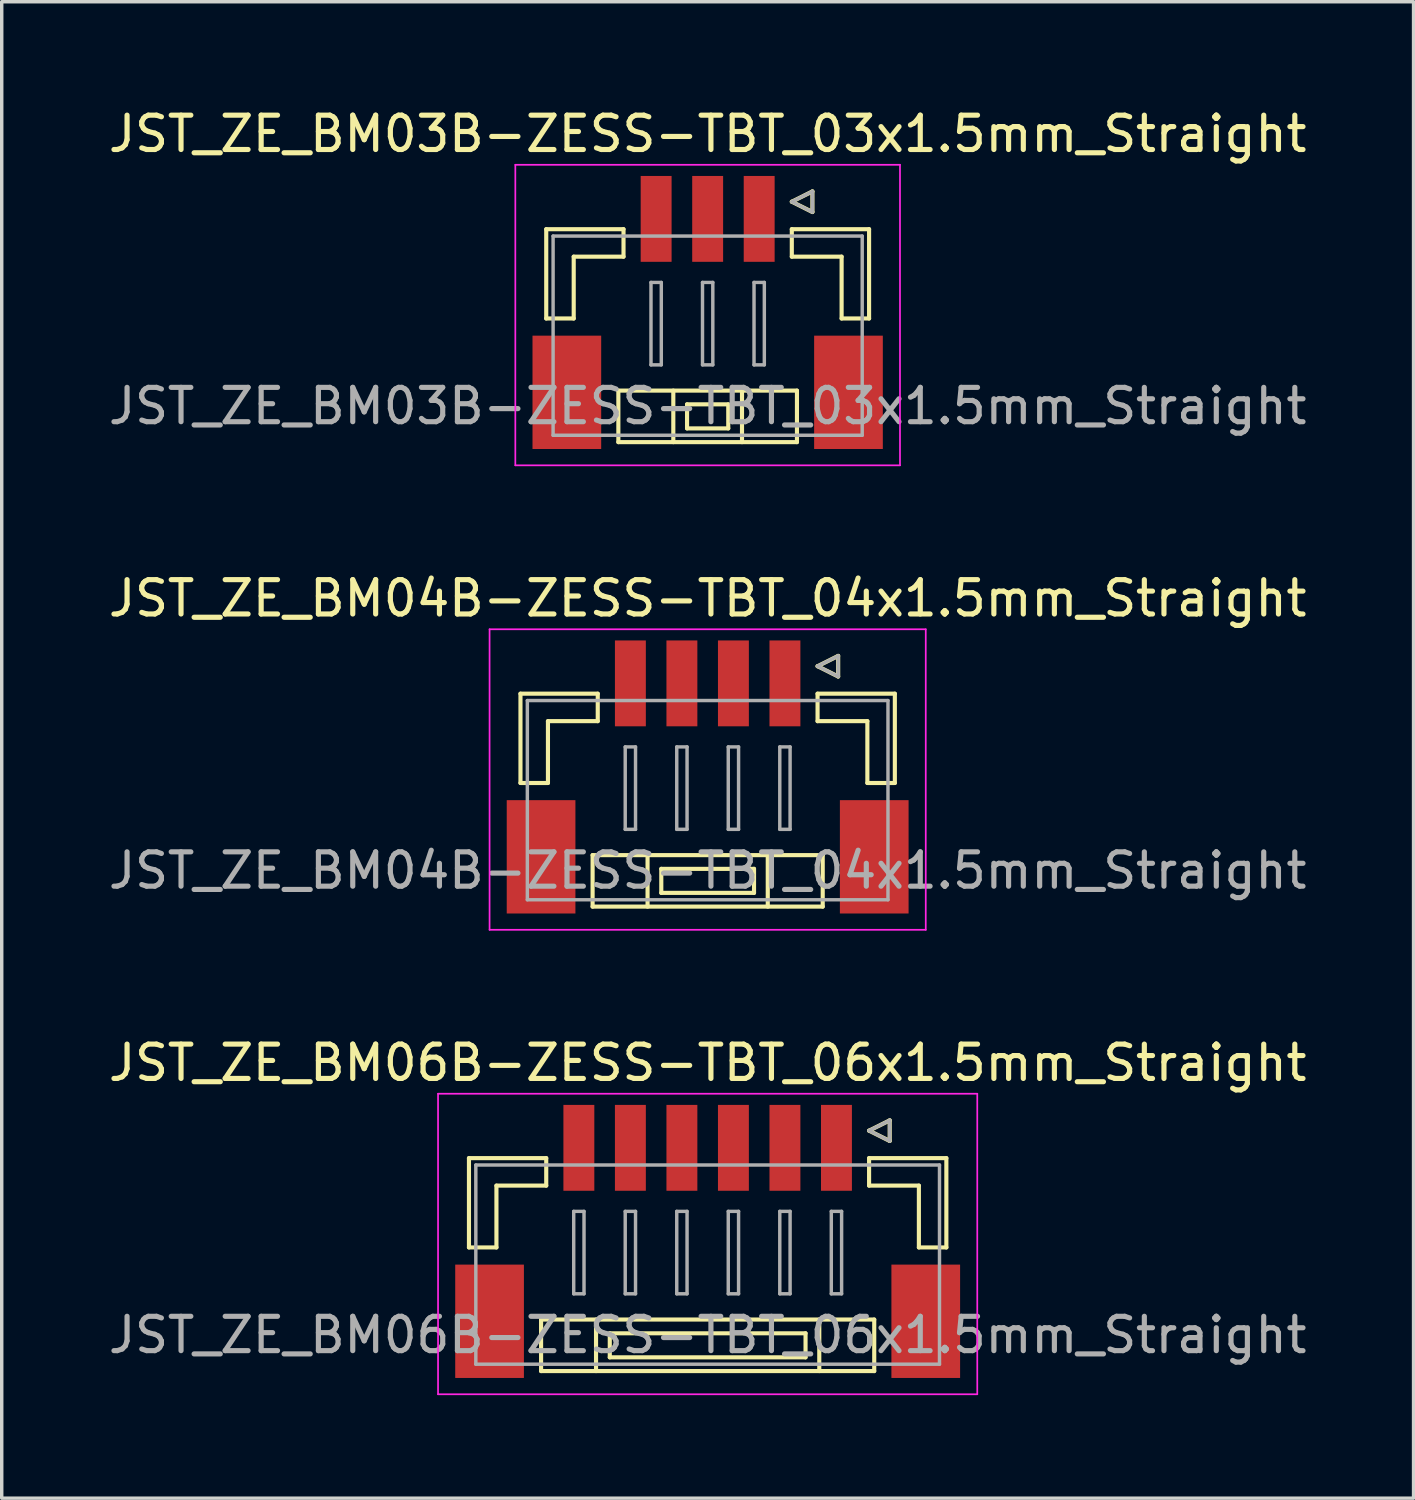
<source format=kicad_pcb>
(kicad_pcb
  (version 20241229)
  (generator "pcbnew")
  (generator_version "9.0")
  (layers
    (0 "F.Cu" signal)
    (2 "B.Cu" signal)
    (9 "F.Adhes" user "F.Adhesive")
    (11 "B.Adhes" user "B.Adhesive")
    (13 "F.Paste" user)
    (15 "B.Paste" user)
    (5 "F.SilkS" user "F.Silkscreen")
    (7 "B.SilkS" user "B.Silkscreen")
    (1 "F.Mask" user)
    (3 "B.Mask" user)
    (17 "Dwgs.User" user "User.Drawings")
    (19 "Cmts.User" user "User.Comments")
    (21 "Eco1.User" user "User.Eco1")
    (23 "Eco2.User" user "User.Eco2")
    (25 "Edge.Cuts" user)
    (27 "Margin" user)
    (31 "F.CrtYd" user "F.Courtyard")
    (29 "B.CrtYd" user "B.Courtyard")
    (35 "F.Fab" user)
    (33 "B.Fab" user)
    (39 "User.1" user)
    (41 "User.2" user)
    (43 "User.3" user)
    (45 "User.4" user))
  (footprint "JST_ZE_BM03B-ZESS-TBT_03x1.5mm_Straight"
    (layer "F.Cu")
    (at 17.554 5.848)
    (property "Reference" "JST_ZE_BM03B-ZESS-TBT_03x1.5mm_Straight" (at 0 -5 0) (layer "F.SilkS") (effects (font (size 1 1) (thickness 0.15))))
    (attr smd)
    (fp_line (start -4.7 -2.225) (end -4.7 0.375) (stroke (width 0.12) (type solid)) (layer "F.SilkS"))
    (fp_line (start -4.7 0.375) (end -3.9 0.375) (stroke (width 0.12) (type solid)) (layer "F.SilkS"))
    (fp_line (start -3.9 -1.425) (end -2.45 -1.425) (stroke (width 0.12) (type solid)) (layer "F.SilkS"))
    (fp_line (start -3.9 0.375) (end -3.9 -1.425) (stroke (width 0.12) (type solid)) (layer "F.SilkS"))
    (fp_line (start -2.6 2.475) (end -2.6 3.975) (stroke (width 0.12) (type solid)) (layer "F.SilkS"))
    (fp_line (start -2.6 3.975) (end 2.6 3.975) (stroke (width 0.12) (type solid)) (layer "F.SilkS"))
    (fp_line (start -2.45 -2.225) (end -4.7 -2.225) (stroke (width 0.12) (type solid)) (layer "F.SilkS"))
    (fp_line (start -2.45 -1.425) (end -2.45 -2.225) (stroke (width 0.12) (type solid)) (layer "F.SilkS"))
    (fp_line (start -1 2.475) (end -1 3.975) (stroke (width 0.12) (type solid)) (layer "F.SilkS"))
    (fp_line (start -0.6 2.875) (end -0.6 3.575) (stroke (width 0.12) (type solid)) (layer "F.SilkS"))
    (fp_line (start -0.6 3.575) (end 0.6 3.575) (stroke (width 0.12) (type solid)) (layer "F.SilkS"))
    (fp_line (start 0.6 2.875) (end -0.6 2.875) (stroke (width 0.12) (type solid)) (layer "F.SilkS"))
    (fp_line (start 0.6 3.575) (end 0.6 2.875) (stroke (width 0.12) (type solid)) (layer "F.SilkS"))
    (fp_line (start 1 2.475) (end 1 3.975) (stroke (width 0.12) (type solid)) (layer "F.SilkS"))
    (fp_line (start 2.45 -3.025) (end 3.05 -3.325) (stroke (width 0.12) (type solid)) (layer "F.SilkS"))
    (fp_line (start 2.45 -2.225) (end 4.7 -2.225) (stroke (width 0.12) (type solid)) (layer "F.SilkS"))
    (fp_line (start 2.45 -1.425) (end 2.45 -2.225) (stroke (width 0.12) (type solid)) (layer "F.SilkS"))
    (fp_line (start 2.6 2.475) (end -2.6 2.475) (stroke (width 0.12) (type solid)) (layer "F.SilkS"))
    (fp_line (start 2.6 3.975) (end 2.6 2.475) (stroke (width 0.12) (type solid)) (layer "F.SilkS"))
    (fp_line (start 3.05 -3.325) (end 3.05 -2.725) (stroke (width 0.12) (type solid)) (layer "F.SilkS"))
    (fp_line (start 3.05 -2.725) (end 2.45 -3.025) (stroke (width 0.12) (type solid)) (layer "F.SilkS"))
    (fp_line (start 3.9 -1.425) (end 2.45 -1.425) (stroke (width 0.12) (type solid)) (layer "F.SilkS"))
    (fp_line (start 3.9 0.375) (end 3.9 -1.425) (stroke (width 0.12) (type solid)) (layer "F.SilkS"))
    (fp_line (start 4.7 -2.225) (end 4.7 0.375) (stroke (width 0.12) (type solid)) (layer "F.SilkS"))
    (fp_line (start 4.7 0.375) (end 3.9 0.375) (stroke (width 0.12) (type solid)) (layer "F.SilkS"))
    (fp_line (start -5.6 -4.1) (end -5.6 4.65) (stroke (width 0.05) (type solid)) (layer "F.CrtYd"))
    (fp_line (start -5.6 4.65) (end 5.6 4.65) (stroke (width 0.05) (type solid)) (layer "F.CrtYd"))
    (fp_line (start 5.6 -4.1) (end -5.6 -4.1) (stroke (width 0.05) (type solid)) (layer "F.CrtYd"))
    (fp_line (start 5.6 4.65) (end 5.6 -4.1) (stroke (width 0.05) (type solid)) (layer "F.CrtYd"))
    (fp_line (start -4.5 -2.025) (end -4.5 3.775) (stroke (width 0.1) (type solid)) (layer "F.Fab"))
    (fp_line (start -4.5 3.775) (end 4.5 3.775) (stroke (width 0.1) (type solid)) (layer "F.Fab"))
    (fp_line (start -1.65 -0.675) (end -1.65 1.725) (stroke (width 0.1) (type solid)) (layer "F.Fab"))
    (fp_line (start -1.65 1.725) (end -1.35 1.725) (stroke (width 0.1) (type solid)) (layer "F.Fab"))
    (fp_line (start -1.35 -0.675) (end -1.65 -0.675) (stroke (width 0.1) (type solid)) (layer "F.Fab"))
    (fp_line (start -1.35 1.725) (end -1.35 -0.675) (stroke (width 0.1) (type solid)) (layer "F.Fab"))
    (fp_line (start -0.15 -0.675) (end -0.15 1.725) (stroke (width 0.1) (type solid)) (layer "F.Fab"))
    (fp_line (start -0.15 1.725) (end 0.15 1.725) (stroke (width 0.1) (type solid)) (layer "F.Fab"))
    (fp_line (start 0.15 -0.675) (end -0.15 -0.675) (stroke (width 0.1) (type solid)) (layer "F.Fab"))
    (fp_line (start 0.15 1.725) (end 0.15 -0.675) (stroke (width 0.1) (type solid)) (layer "F.Fab"))
    (fp_line (start 1.35 -0.675) (end 1.35 1.725) (stroke (width 0.1) (type solid)) (layer "F.Fab"))
    (fp_line (start 1.35 1.725) (end 1.65 1.725) (stroke (width 0.1) (type solid)) (layer "F.Fab"))
    (fp_line (start 1.65 -0.675) (end 1.35 -0.675) (stroke (width 0.1) (type solid)) (layer "F.Fab"))
    (fp_line (start 1.65 1.725) (end 1.65 -0.675) (stroke (width 0.1) (type solid)) (layer "F.Fab"))
    (fp_line (start 2.45 -3.025) (end 3.05 -3.325) (stroke (width 0.1) (type solid)) (layer "F.Fab"))
    (fp_line (start 3.05 -3.325) (end 3.05 -2.725) (stroke (width 0.1) (type solid)) (layer "F.Fab"))
    (fp_line (start 3.05 -2.725) (end 2.45 -3.025) (stroke (width 0.1) (type solid)) (layer "F.Fab"))
    (fp_line (start 4.5 -2.025) (end -4.5 -2.025) (stroke (width 0.1) (type solid)) (layer "F.Fab"))
    (fp_line (start 4.5 3.775) (end 4.5 -2.025) (stroke (width 0.1) (type solid)) (layer "F.Fab"))
    (fp_text user "${REFERENCE}" (at 0 2.925 0) (layer "F.Fab") (effects (font (size 1 1) (thickness 0.15))))
    (pad "" smd rect (at -4.1 2.525) (size 2 3.3) (layers "F.Cu" "F.Mask" "F.Paste"))
    (pad "" smd rect (at 4.1 2.525) (size 2 3.3) (layers "F.Cu" "F.Mask" "F.Paste"))
    (pad "1" smd rect (at 1.5 -2.525) (size 0.9 2.5) (layers "F.Cu" "F.Mask" "F.Paste"))
    (pad "2" smd rect (at 0 -2.525) (size 0.9 2.5) (layers "F.Cu" "F.Mask" "F.Paste"))
    (pad "3" smd rect (at -1.5 -2.525) (size 0.9 2.5) (layers "F.Cu" "F.Mask" "F.Paste")))
  (footprint "JST_ZE_BM06B-ZESS-TBT_06x1.5mm_Straight"
    (layer "F.Cu")
    (at 17.554 32.895)
    (property "Reference" "JST_ZE_BM06B-ZESS-TBT_06x1.5mm_Straight" (at 0 -5 0) (layer "F.SilkS") (effects (font (size 1 1) (thickness 0.15))))
    (attr smd)
    (fp_line (start -6.95 -2.225) (end -6.95 0.375) (stroke (width 0.12) (type solid)) (layer "F.SilkS"))
    (fp_line (start -6.95 0.375) (end -6.15 0.375) (stroke (width 0.12) (type solid)) (layer "F.SilkS"))
    (fp_line (start -6.15 -1.425) (end -4.7 -1.425) (stroke (width 0.12) (type solid)) (layer "F.SilkS"))
    (fp_line (start -6.15 0.375) (end -6.15 -1.425) (stroke (width 0.12) (type solid)) (layer "F.SilkS"))
    (fp_line (start -4.85 2.475) (end -4.85 3.975) (stroke (width 0.12) (type solid)) (layer "F.SilkS"))
    (fp_line (start -4.85 3.975) (end 4.85 3.975) (stroke (width 0.12) (type solid)) (layer "F.SilkS"))
    (fp_line (start -4.7 -2.225) (end -6.95 -2.225) (stroke (width 0.12) (type solid)) (layer "F.SilkS"))
    (fp_line (start -4.7 -1.425) (end -4.7 -2.225) (stroke (width 0.12) (type solid)) (layer "F.SilkS"))
    (fp_line (start -3.25 2.475) (end -3.25 3.975) (stroke (width 0.12) (type solid)) (layer "F.SilkS"))
    (fp_line (start -2.85 2.875) (end -2.85 3.575) (stroke (width 0.12) (type solid)) (layer "F.SilkS"))
    (fp_line (start -2.85 3.575) (end 2.85 3.575) (stroke (width 0.12) (type solid)) (layer "F.SilkS"))
    (fp_line (start 2.85 2.875) (end -2.85 2.875) (stroke (width 0.12) (type solid)) (layer "F.SilkS"))
    (fp_line (start 2.85 3.575) (end 2.85 2.875) (stroke (width 0.12) (type solid)) (layer "F.SilkS"))
    (fp_line (start 3.25 2.475) (end 3.25 3.975) (stroke (width 0.12) (type solid)) (layer "F.SilkS"))
    (fp_line (start 4.7 -3.025) (end 5.3 -3.325) (stroke (width 0.12) (type solid)) (layer "F.SilkS"))
    (fp_line (start 4.7 -2.225) (end 6.95 -2.225) (stroke (width 0.12) (type solid)) (layer "F.SilkS"))
    (fp_line (start 4.7 -1.425) (end 4.7 -2.225) (stroke (width 0.12) (type solid)) (layer "F.SilkS"))
    (fp_line (start 4.85 2.475) (end -4.85 2.475) (stroke (width 0.12) (type solid)) (layer "F.SilkS"))
    (fp_line (start 4.85 3.975) (end 4.85 2.475) (stroke (width 0.12) (type solid)) (layer "F.SilkS"))
    (fp_line (start 5.3 -3.325) (end 5.3 -2.725) (stroke (width 0.12) (type solid)) (layer "F.SilkS"))
    (fp_line (start 5.3 -2.725) (end 4.7 -3.025) (stroke (width 0.12) (type solid)) (layer "F.SilkS"))
    (fp_line (start 6.15 -1.425) (end 4.7 -1.425) (stroke (width 0.12) (type solid)) (layer "F.SilkS"))
    (fp_line (start 6.15 0.375) (end 6.15 -1.425) (stroke (width 0.12) (type solid)) (layer "F.SilkS"))
    (fp_line (start 6.95 -2.225) (end 6.95 0.375) (stroke (width 0.12) (type solid)) (layer "F.SilkS"))
    (fp_line (start 6.95 0.375) (end 6.15 0.375) (stroke (width 0.12) (type solid)) (layer "F.SilkS"))
    (fp_line (start -7.85 -4.1) (end -7.85 4.65) (stroke (width 0.05) (type solid)) (layer "F.CrtYd"))
    (fp_line (start -7.85 4.65) (end 7.85 4.65) (stroke (width 0.05) (type solid)) (layer "F.CrtYd"))
    (fp_line (start 7.85 -4.1) (end -7.85 -4.1) (stroke (width 0.05) (type solid)) (layer "F.CrtYd"))
    (fp_line (start 7.85 4.65) (end 7.85 -4.1) (stroke (width 0.05) (type solid)) (layer "F.CrtYd"))
    (fp_line (start -6.75 -2.025) (end -6.75 3.775) (stroke (width 0.1) (type solid)) (layer "F.Fab"))
    (fp_line (start -6.75 3.775) (end 6.75 3.775) (stroke (width 0.1) (type solid)) (layer "F.Fab"))
    (fp_line (start -3.9 -0.675) (end -3.9 1.725) (stroke (width 0.1) (type solid)) (layer "F.Fab"))
    (fp_line (start -3.9 1.725) (end -3.6 1.725) (stroke (width 0.1) (type solid)) (layer "F.Fab"))
    (fp_line (start -3.6 -0.675) (end -3.9 -0.675) (stroke (width 0.1) (type solid)) (layer "F.Fab"))
    (fp_line (start -3.6 1.725) (end -3.6 -0.675) (stroke (width 0.1) (type solid)) (layer "F.Fab"))
    (fp_line (start -2.4 -0.675) (end -2.4 1.725) (stroke (width 0.1) (type solid)) (layer "F.Fab"))
    (fp_line (start -2.4 1.725) (end -2.1 1.725) (stroke (width 0.1) (type solid)) (layer "F.Fab"))
    (fp_line (start -2.1 -0.675) (end -2.4 -0.675) (stroke (width 0.1) (type solid)) (layer "F.Fab"))
    (fp_line (start -2.1 1.725) (end -2.1 -0.675) (stroke (width 0.1) (type solid)) (layer "F.Fab"))
    (fp_line (start -0.9 -0.675) (end -0.9 1.725) (stroke (width 0.1) (type solid)) (layer "F.Fab"))
    (fp_line (start -0.9 1.725) (end -0.6 1.725) (stroke (width 0.1) (type solid)) (layer "F.Fab"))
    (fp_line (start -0.6 -0.675) (end -0.9 -0.675) (stroke (width 0.1) (type solid)) (layer "F.Fab"))
    (fp_line (start -0.6 1.725) (end -0.6 -0.675) (stroke (width 0.1) (type solid)) (layer "F.Fab"))
    (fp_line (start 0.6 -0.675) (end 0.6 1.725) (stroke (width 0.1) (type solid)) (layer "F.Fab"))
    (fp_line (start 0.6 1.725) (end 0.9 1.725) (stroke (width 0.1) (type solid)) (layer "F.Fab"))
    (fp_line (start 0.9 -0.675) (end 0.6 -0.675) (stroke (width 0.1) (type solid)) (layer "F.Fab"))
    (fp_line (start 0.9 1.725) (end 0.9 -0.675) (stroke (width 0.1) (type solid)) (layer "F.Fab"))
    (fp_line (start 2.1 -0.675) (end 2.1 1.725) (stroke (width 0.1) (type solid)) (layer "F.Fab"))
    (fp_line (start 2.1 1.725) (end 2.4 1.725) (stroke (width 0.1) (type solid)) (layer "F.Fab"))
    (fp_line (start 2.4 -0.675) (end 2.1 -0.675) (stroke (width 0.1) (type solid)) (layer "F.Fab"))
    (fp_line (start 2.4 1.725) (end 2.4 -0.675) (stroke (width 0.1) (type solid)) (layer "F.Fab"))
    (fp_line (start 3.6 -0.675) (end 3.6 1.725) (stroke (width 0.1) (type solid)) (layer "F.Fab"))
    (fp_line (start 3.6 1.725) (end 3.9 1.725) (stroke (width 0.1) (type solid)) (layer "F.Fab"))
    (fp_line (start 3.9 -0.675) (end 3.6 -0.675) (stroke (width 0.1) (type solid)) (layer "F.Fab"))
    (fp_line (start 3.9 1.725) (end 3.9 -0.675) (stroke (width 0.1) (type solid)) (layer "F.Fab"))
    (fp_line (start 4.7 -3.025) (end 5.3 -3.325) (stroke (width 0.1) (type solid)) (layer "F.Fab"))
    (fp_line (start 5.3 -3.325) (end 5.3 -2.725) (stroke (width 0.1) (type solid)) (layer "F.Fab"))
    (fp_line (start 5.3 -2.725) (end 4.7 -3.025) (stroke (width 0.1) (type solid)) (layer "F.Fab"))
    (fp_line (start 6.75 -2.025) (end -6.75 -2.025) (stroke (width 0.1) (type solid)) (layer "F.Fab"))
    (fp_line (start 6.75 3.775) (end 6.75 -2.025) (stroke (width 0.1) (type solid)) (layer "F.Fab"))
    (fp_text user "${REFERENCE}" (at 0 2.925 0) (layer "F.Fab") (effects (font (size 1 1) (thickness 0.15))))
    (pad "" smd rect (at -6.35 2.525) (size 2 3.3) (layers "F.Cu" "F.Mask" "F.Paste"))
    (pad "" smd rect (at 6.35 2.525) (size 2 3.3) (layers "F.Cu" "F.Mask" "F.Paste"))
    (pad "1" smd rect (at 3.75 -2.525) (size 0.9 2.5) (layers "F.Cu" "F.Mask" "F.Paste"))
    (pad "2" smd rect (at 2.25 -2.525) (size 0.9 2.5) (layers "F.Cu" "F.Mask" "F.Paste"))
    (pad "3" smd rect (at 0.75 -2.525) (size 0.9 2.5) (layers "F.Cu" "F.Mask" "F.Paste"))
    (pad "4" smd rect (at -0.75 -2.525) (size 0.9 2.5) (layers "F.Cu" "F.Mask" "F.Paste"))
    (pad "5" smd rect (at -2.25 -2.525) (size 0.9 2.5) (layers "F.Cu" "F.Mask" "F.Paste"))
    (pad "6" smd rect (at -3.75 -2.525) (size 0.9 2.5) (layers "F.Cu" "F.Mask" "F.Paste")))
  (footprint "JST_ZE_BM04B-ZESS-TBT_04x1.5mm_Straight"
    (layer "F.Cu")
    (at 17.554 19.372)
    (property "Reference" "JST_ZE_BM04B-ZESS-TBT_04x1.5mm_Straight" (at 0 -5 0) (layer "F.SilkS") (effects (font (size 1 1) (thickness 0.15))))
    (attr smd)
    (fp_line (start -5.45 -2.225) (end -5.45 0.375) (stroke (width 0.12) (type solid)) (layer "F.SilkS"))
    (fp_line (start -5.45 0.375) (end -4.65 0.375) (stroke (width 0.12) (type solid)) (layer "F.SilkS"))
    (fp_line (start -4.65 -1.425) (end -3.2 -1.425) (stroke (width 0.12) (type solid)) (layer "F.SilkS"))
    (fp_line (start -4.65 0.375) (end -4.65 -1.425) (stroke (width 0.12) (type solid)) (layer "F.SilkS"))
    (fp_line (start -3.35 2.475) (end -3.35 3.975) (stroke (width 0.12) (type solid)) (layer "F.SilkS"))
    (fp_line (start -3.35 3.975) (end 3.35 3.975) (stroke (width 0.12) (type solid)) (layer "F.SilkS"))
    (fp_line (start -3.2 -2.225) (end -5.45 -2.225) (stroke (width 0.12) (type solid)) (layer "F.SilkS"))
    (fp_line (start -3.2 -1.425) (end -3.2 -2.225) (stroke (width 0.12) (type solid)) (layer "F.SilkS"))
    (fp_line (start -1.75 2.475) (end -1.75 3.975) (stroke (width 0.12) (type solid)) (layer "F.SilkS"))
    (fp_line (start -1.35 2.875) (end -1.35 3.575) (stroke (width 0.12) (type solid)) (layer "F.SilkS"))
    (fp_line (start -1.35 3.575) (end 1.35 3.575) (stroke (width 0.12) (type solid)) (layer "F.SilkS"))
    (fp_line (start 1.35 2.875) (end -1.35 2.875) (stroke (width 0.12) (type solid)) (layer "F.SilkS"))
    (fp_line (start 1.35 3.575) (end 1.35 2.875) (stroke (width 0.12) (type solid)) (layer "F.SilkS"))
    (fp_line (start 1.75 2.475) (end 1.75 3.975) (stroke (width 0.12) (type solid)) (layer "F.SilkS"))
    (fp_line (start 3.2 -3.025) (end 3.8 -3.325) (stroke (width 0.12) (type solid)) (layer "F.SilkS"))
    (fp_line (start 3.2 -2.225) (end 5.45 -2.225) (stroke (width 0.12) (type solid)) (layer "F.SilkS"))
    (fp_line (start 3.2 -1.425) (end 3.2 -2.225) (stroke (width 0.12) (type solid)) (layer "F.SilkS"))
    (fp_line (start 3.35 2.475) (end -3.35 2.475) (stroke (width 0.12) (type solid)) (layer "F.SilkS"))
    (fp_line (start 3.35 3.975) (end 3.35 2.475) (stroke (width 0.12) (type solid)) (layer "F.SilkS"))
    (fp_line (start 3.8 -3.325) (end 3.8 -2.725) (stroke (width 0.12) (type solid)) (layer "F.SilkS"))
    (fp_line (start 3.8 -2.725) (end 3.2 -3.025) (stroke (width 0.12) (type solid)) (layer "F.SilkS"))
    (fp_line (start 4.65 -1.425) (end 3.2 -1.425) (stroke (width 0.12) (type solid)) (layer "F.SilkS"))
    (fp_line (start 4.65 0.375) (end 4.65 -1.425) (stroke (width 0.12) (type solid)) (layer "F.SilkS"))
    (fp_line (start 5.45 -2.225) (end 5.45 0.375) (stroke (width 0.12) (type solid)) (layer "F.SilkS"))
    (fp_line (start 5.45 0.375) (end 4.65 0.375) (stroke (width 0.12) (type solid)) (layer "F.SilkS"))
    (fp_line (start -6.35 -4.1) (end -6.35 4.65) (stroke (width 0.05) (type solid)) (layer "F.CrtYd"))
    (fp_line (start -6.35 4.65) (end 6.35 4.65) (stroke (width 0.05) (type solid)) (layer "F.CrtYd"))
    (fp_line (start 6.35 -4.1) (end -6.35 -4.1) (stroke (width 0.05) (type solid)) (layer "F.CrtYd"))
    (fp_line (start 6.35 4.65) (end 6.35 -4.1) (stroke (width 0.05) (type solid)) (layer "F.CrtYd"))
    (fp_line (start -5.25 -2.025) (end -5.25 3.775) (stroke (width 0.1) (type solid)) (layer "F.Fab"))
    (fp_line (start -5.25 3.775) (end 5.25 3.775) (stroke (width 0.1) (type solid)) (layer "F.Fab"))
    (fp_line (start -2.4 -0.675) (end -2.4 1.725) (stroke (width 0.1) (type solid)) (layer "F.Fab"))
    (fp_line (start -2.4 1.725) (end -2.1 1.725) (stroke (width 0.1) (type solid)) (layer "F.Fab"))
    (fp_line (start -2.1 -0.675) (end -2.4 -0.675) (stroke (width 0.1) (type solid)) (layer "F.Fab"))
    (fp_line (start -2.1 1.725) (end -2.1 -0.675) (stroke (width 0.1) (type solid)) (layer "F.Fab"))
    (fp_line (start -0.9 -0.675) (end -0.9 1.725) (stroke (width 0.1) (type solid)) (layer "F.Fab"))
    (fp_line (start -0.9 1.725) (end -0.6 1.725) (stroke (width 0.1) (type solid)) (layer "F.Fab"))
    (fp_line (start -0.6 -0.675) (end -0.9 -0.675) (stroke (width 0.1) (type solid)) (layer "F.Fab"))
    (fp_line (start -0.6 1.725) (end -0.6 -0.675) (stroke (width 0.1) (type solid)) (layer "F.Fab"))
    (fp_line (start 0.6 -0.675) (end 0.6 1.725) (stroke (width 0.1) (type solid)) (layer "F.Fab"))
    (fp_line (start 0.6 1.725) (end 0.9 1.725) (stroke (width 0.1) (type solid)) (layer "F.Fab"))
    (fp_line (start 0.9 -0.675) (end 0.6 -0.675) (stroke (width 0.1) (type solid)) (layer "F.Fab"))
    (fp_line (start 0.9 1.725) (end 0.9 -0.675) (stroke (width 0.1) (type solid)) (layer "F.Fab"))
    (fp_line (start 2.1 -0.675) (end 2.1 1.725) (stroke (width 0.1) (type solid)) (layer "F.Fab"))
    (fp_line (start 2.1 1.725) (end 2.4 1.725) (stroke (width 0.1) (type solid)) (layer "F.Fab"))
    (fp_line (start 2.4 -0.675) (end 2.1 -0.675) (stroke (width 0.1) (type solid)) (layer "F.Fab"))
    (fp_line (start 2.4 1.725) (end 2.4 -0.675) (stroke (width 0.1) (type solid)) (layer "F.Fab"))
    (fp_line (start 3.2 -3.025) (end 3.8 -3.325) (stroke (width 0.1) (type solid)) (layer "F.Fab"))
    (fp_line (start 3.8 -3.325) (end 3.8 -2.725) (stroke (width 0.1) (type solid)) (layer "F.Fab"))
    (fp_line (start 3.8 -2.725) (end 3.2 -3.025) (stroke (width 0.1) (type solid)) (layer "F.Fab"))
    (fp_line (start 5.25 -2.025) (end -5.25 -2.025) (stroke (width 0.1) (type solid)) (layer "F.Fab"))
    (fp_line (start 5.25 3.775) (end 5.25 -2.025) (stroke (width 0.1) (type solid)) (layer "F.Fab"))
    (fp_text user "${REFERENCE}" (at 0 2.925 0) (layer "F.Fab") (effects (font (size 1 1) (thickness 0.15))))
    (pad "" smd rect (at -4.85 2.525) (size 2 3.3) (layers "F.Cu" "F.Mask" "F.Paste"))
    (pad "" smd rect (at 4.85 2.525) (size 2 3.3) (layers "F.Cu" "F.Mask" "F.Paste"))
    (pad "1" smd rect (at 2.25 -2.525) (size 0.9 2.5) (layers "F.Cu" "F.Mask" "F.Paste"))
    (pad "2" smd rect (at 0.75 -2.525) (size 0.9 2.5) (layers "F.Cu" "F.Mask" "F.Paste"))
    (pad "3" smd rect (at -0.75 -2.525) (size 0.9 2.5) (layers "F.Cu" "F.Mask" "F.Paste"))
    (pad "4" smd rect (at -2.25 -2.525) (size 0.9 2.5) (layers "F.Cu" "F.Mask" "F.Paste")))
  (gr_rect
    (start -3 -3)
    (end 38.107 40.57)
    (stroke (width 0.1) (type default))
    (fill no)
    (layer "Edge.Cuts")))
</source>
